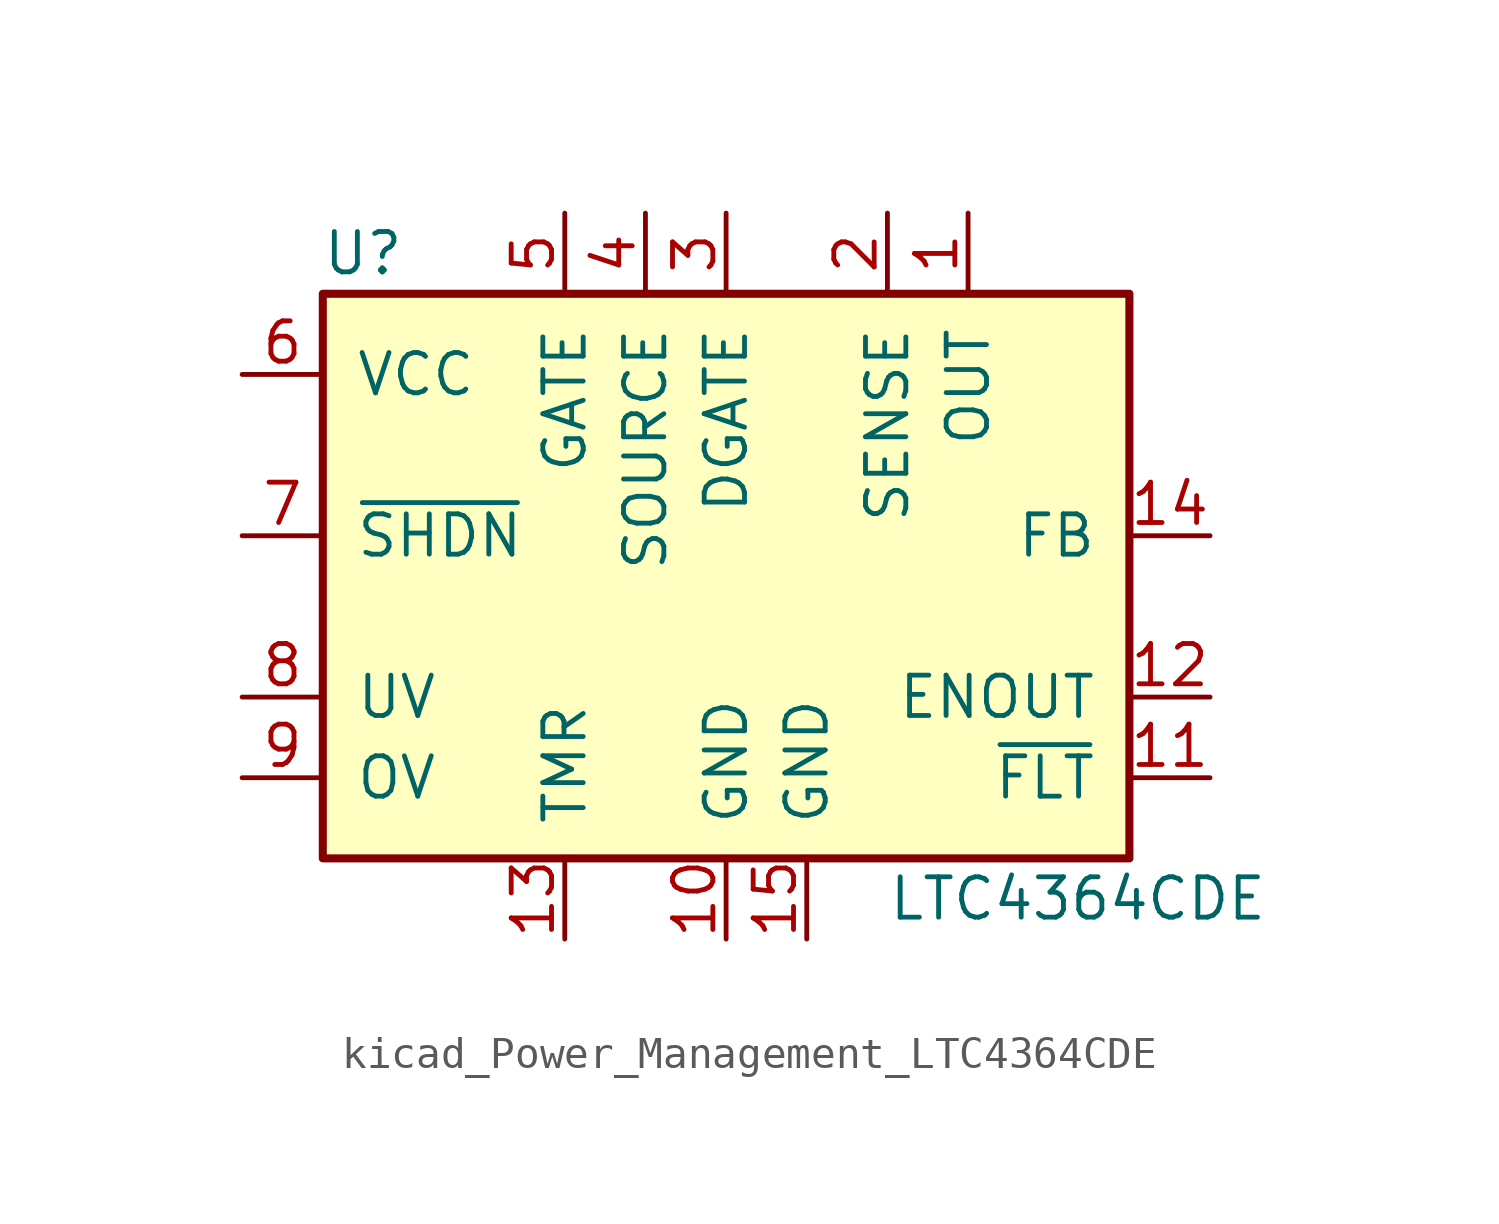
<source format=kicad_sym>
(kicad_symbol_lib
  (version 20220914)
  (generator kicad_symbol_editor)
  (symbol "kicad_Power_Management_LTC4364CDE"
    (pin_names
      (offset 1.016))
    (property "Reference" "U"
      (at -11.43 8.89 0)
      (effects (font (size 1.27 1.27))))
    (property "Value" "LTC4364CDE"
      (at 5.08 -11.43 0)
      (effects (font (size 1.27 1.27)) (justify left)))
    (symbol "kicad_Power_Management_LTC4364CDE_0_1"
      (rectangle (start -12.7 7.62) (end 12.7 -10.16) (stroke (width 0.254) (type default)) (fill (type background))))
    (symbol "kicad_Power_Management_LTC4364CDE_1_1"
      (pin input line (at 7.62 10.16 270) (length 2.54) (name "OUT" (effects (font (size 1.27 1.27)))) (number "1" (effects (font (size 1.27 1.27)))))
      (pin power_in line (at 0 -12.7 90) (length 2.54) (name "GND" (effects (font (size 1.27 1.27)))) (number "10" (effects (font (size 1.27 1.27)))))
      (pin open_collector line (at 15.24 -7.62 180) (length 2.54) (name "~{FLT}" (effects (font (size 1.27 1.27)))) (number "11" (effects (font (size 1.27 1.27)))))
      (pin open_collector line (at 15.24 -5.08 180) (length 2.54) (name "ENOUT" (effects (font (size 1.27 1.27)))) (number "12" (effects (font (size 1.27 1.27)))))
      (pin input line (at -5.08 -12.7 90) (length 2.54) (name "TMR" (effects (font (size 1.27 1.27)))) (number "13" (effects (font (size 1.27 1.27)))))
      (pin input line (at 15.24 0 180) (length 2.54) (name "FB" (effects (font (size 1.27 1.27)))) (number "14" (effects (font (size 1.27 1.27)))))
      (pin power_in line (at 2.54 -12.7 90) (length 2.54) (name "GND" (effects (font (size 1.27 1.27)))) (number "15" (effects (font (size 1.27 1.27)))))
      (pin input line (at 5.08 10.16 270) (length 2.54) (name "SENSE" (effects (font (size 1.27 1.27)))) (number "2" (effects (font (size 1.27 1.27)))))
      (pin output line (at 0 10.16 270) (length 2.54) (name "DGATE" (effects (font (size 1.27 1.27)))) (number "3" (effects (font (size 1.27 1.27)))))
      (pin input line (at -2.54 10.16 270) (length 2.54) (name "SOURCE" (effects (font (size 1.27 1.27)))) (number "4" (effects (font (size 1.27 1.27)))))
      (pin output line (at -5.08 10.16 270) (length 2.54) (name "GATE" (effects (font (size 1.27 1.27)))) (number "5" (effects (font (size 1.27 1.27)))))
      (pin power_in line (at -15.24 5.08 0) (length 2.54) (name "VCC" (effects (font (size 1.27 1.27)))) (number "6" (effects (font (size 1.27 1.27)))))
      (pin input line (at -15.24 0 0) (length 2.54) (name "~{SHDN}" (effects (font (size 1.27 1.27)))) (number "7" (effects (font (size 1.27 1.27)))))
      (pin input line (at -15.24 -5.08 0) (length 2.54) (name "UV" (effects (font (size 1.27 1.27)))) (number "8" (effects (font (size 1.27 1.27)))))
      (pin input line (at -15.24 -7.62 0) (length 2.54) (name "OV" (effects (font (size 1.27 1.27)))) (number "9" (effects (font (size 1.27 1.27))))))))
</source>
